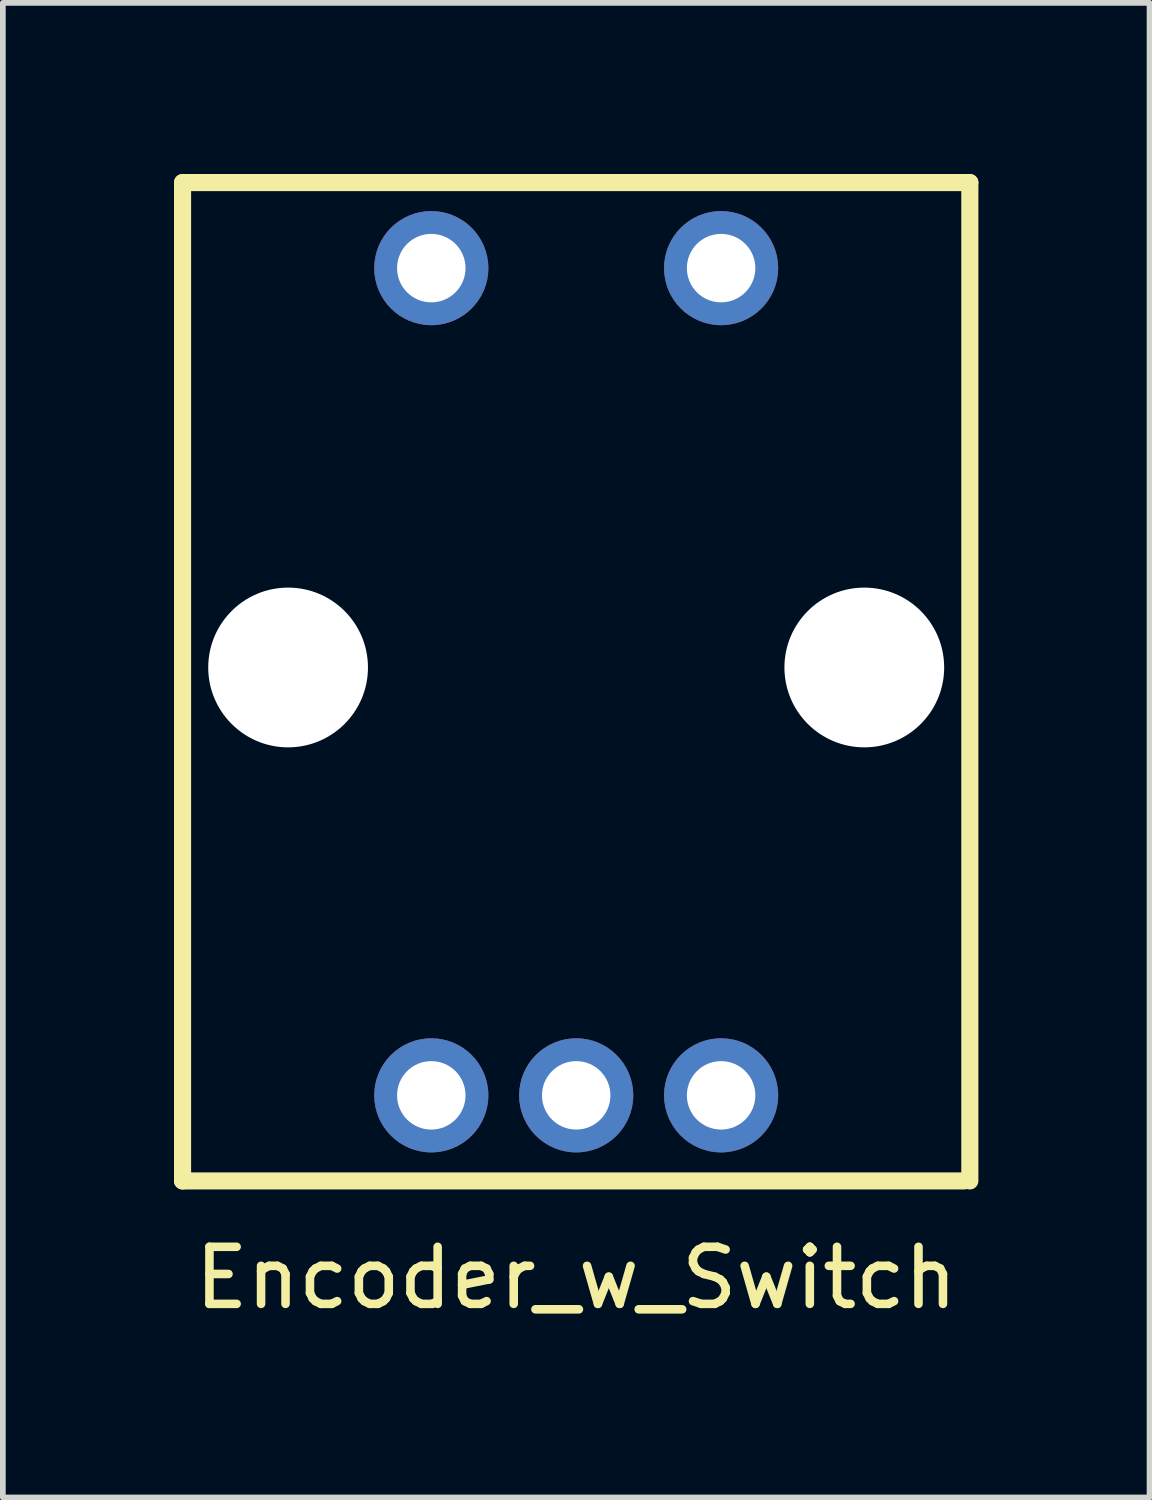
<source format=kicad_pcb>
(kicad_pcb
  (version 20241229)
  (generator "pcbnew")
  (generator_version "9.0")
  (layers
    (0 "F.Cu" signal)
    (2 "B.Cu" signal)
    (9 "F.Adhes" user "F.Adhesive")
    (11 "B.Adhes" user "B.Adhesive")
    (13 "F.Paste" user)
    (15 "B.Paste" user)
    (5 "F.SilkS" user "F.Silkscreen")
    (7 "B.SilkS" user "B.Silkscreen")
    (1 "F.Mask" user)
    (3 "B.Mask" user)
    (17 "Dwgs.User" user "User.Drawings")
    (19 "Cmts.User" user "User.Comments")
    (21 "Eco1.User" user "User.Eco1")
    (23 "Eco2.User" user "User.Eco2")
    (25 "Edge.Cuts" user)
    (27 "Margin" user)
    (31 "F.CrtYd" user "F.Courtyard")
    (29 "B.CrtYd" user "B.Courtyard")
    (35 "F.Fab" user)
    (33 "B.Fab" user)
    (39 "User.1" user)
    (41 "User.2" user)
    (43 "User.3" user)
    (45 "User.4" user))
  (footprint "Encoder_w_Switch"
    (layer "F.Cu")
    (at 7.05 8.65)
    (property "Reference" "Encoder_w_Switch" (at 0 10.7 0) (layer "F.SilkS") (effects (font (size 1 1) (thickness 0.15))))
    (attr through_hole)
    (fp_line (start -6.9 -8.5) (end 6.9 -8.5) (stroke (width 0.3) (type solid)) (layer "F.SilkS"))
    (fp_line (start -6.9 9) (end -6.9 -8.5) (stroke (width 0.3) (type solid)) (layer "F.SilkS"))
    (fp_line (start 6.8 9) (end -6.9 9) (stroke (width 0.3) (type solid)) (layer "F.SilkS"))
    (fp_line (start 6.9 -8.5) (end 6.9 9) (stroke (width 0.3) (type solid)) (layer "F.SilkS"))
    (pad "" np_thru_hole circle (at -5.05 0) (size 2.8 2.8) (drill 2.8) (layers "*.Cu" "*.Mask"))
    (pad "" np_thru_hole circle (at 5.05 0) (size 2.8 2.8) (drill 2.8) (layers "*.Cu" "*.Mask"))
    (pad "1" thru_hole circle (at -2.54 7.5) (size 2 2) (drill 1.2) (layers "*.Cu" "*.Mask"))
    (pad "2" thru_hole circle (at 0 7.5) (size 2 2) (drill 1.2) (layers "*.Cu" "*.Mask"))
    (pad "3" thru_hole circle (at 2.54 7.5) (size 2 2) (drill 1.2) (layers "*.Cu" "*.Mask"))
    (pad "4" thru_hole circle (at -2.54 -7) (size 2 2) (drill 1.2) (layers "*.Cu" "*.Mask"))
    (pad "5" thru_hole circle (at 2.54 -7) (size 2 2) (drill 1.2) (layers "*.Cu" "*.Mask")))
  (gr_rect
    (start -3 -3)
    (end 17.1 23.198)
    (stroke (width 0.1) (type default))
    (fill no)
    (layer "Edge.Cuts")))
</source>
